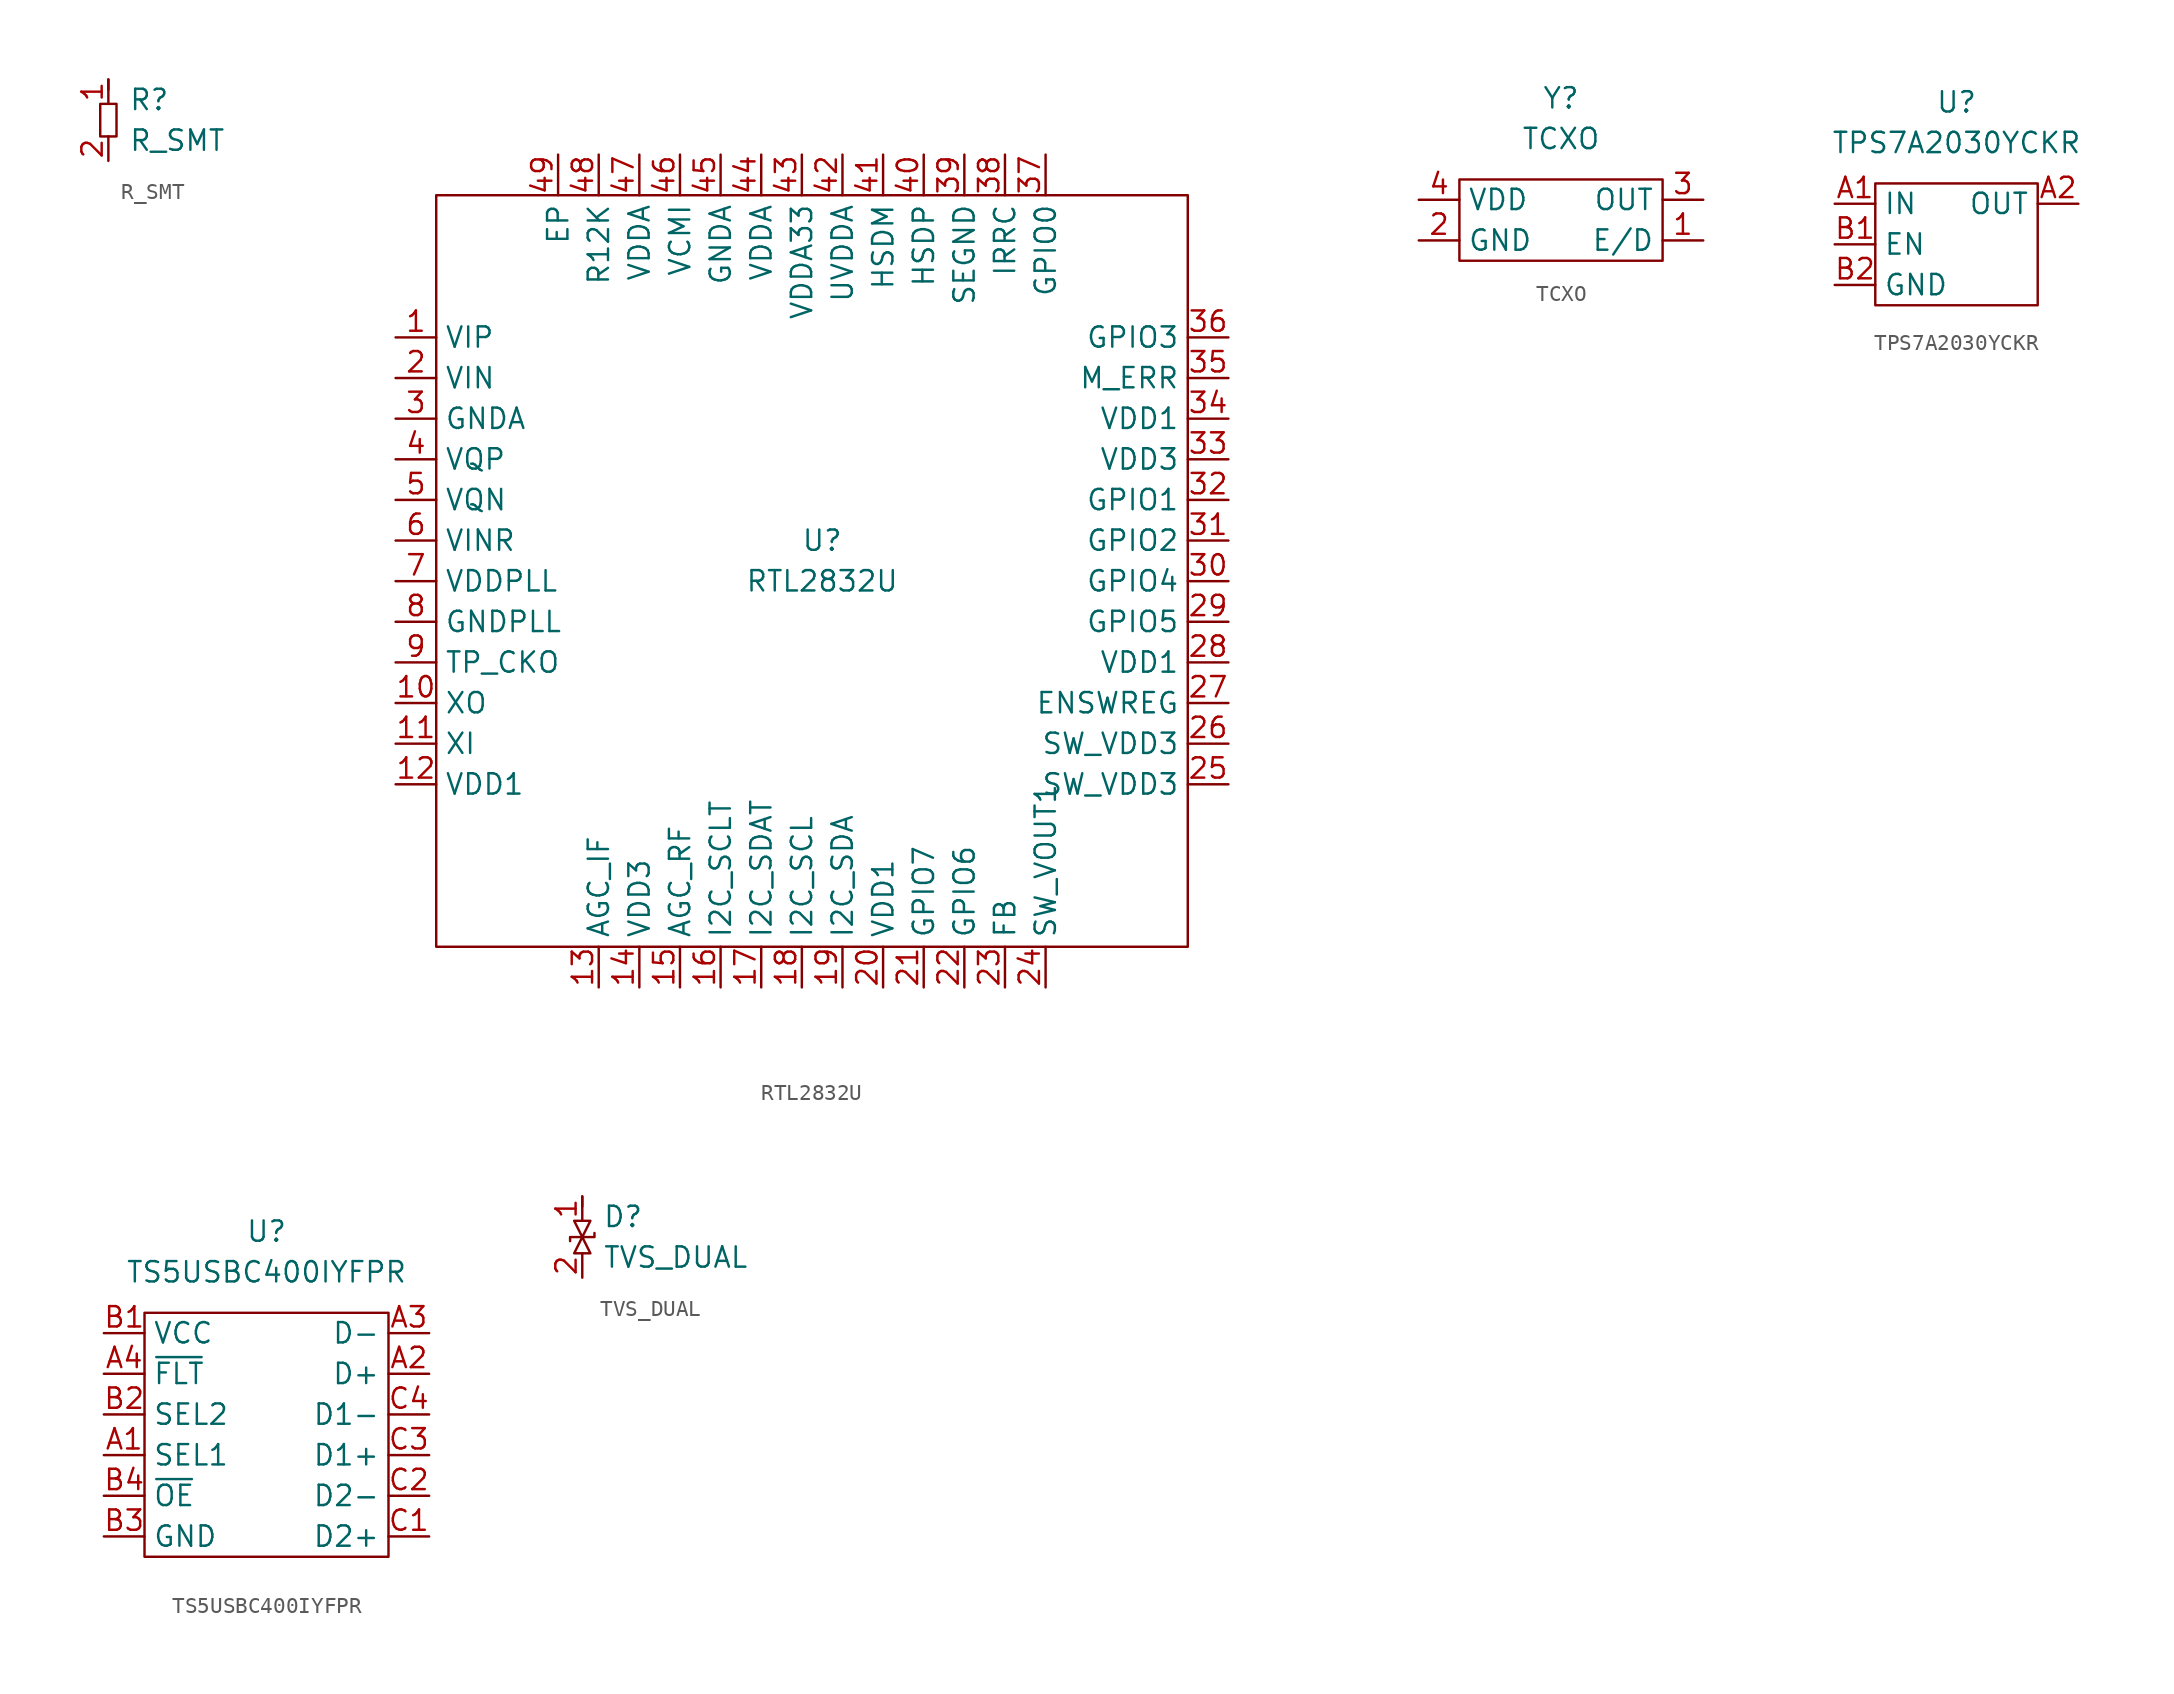
<source format=kicad_sym>
(kicad_symbol_lib
  (version 20241209)
  (generator "kicad_symbol_editor")
  (generator_version "9.0")
  (symbol "R_SMT"
    (property "Reference" "R"
      (at 1.27 1.27 0)
      (do_not_autoplace)
      (effects (font (size 1.27 1.27)) (justify left)))
    (property "Value" "R_SMT"
      (at 1.27 -1.27 0)
      (do_not_autoplace)
      (effects (font (size 1.27 1.27)) (justify left)))
    (symbol "R_SMT_0_1"
      (rectangle (start -0.508 1.016) (end 0.508 -1.016) (stroke (width 0) (type default)) (fill (type none)))
      (polyline (pts (xy 0 2.54) (xy 0 1.905)) (stroke (width 0) (type default)) (fill (type none))))
    (symbol "R_SMT_1_0"
      (pin passive line (at 0 2.54 270) (length 1.524) (name "1" (effects (font (size 0 0)))) (number "1" (effects (font (size 1.27 1.27)))))
      (pin passive line (at 0 -2.54 90) (length 1.524) (name "2" (effects (font (size 0 0)))) (number "2" (effects (font (size 1.27 1.27)))))))
  (symbol "RTL2832U"
    (property "Reference" "U"
      (at 0 1.27 0)
      (effects (font (size 1.27 1.27))))
    (property "Value" "RTL2832U"
      (at 0 -1.27 0)
      (effects (font (size 1.27 1.27))))
    (symbol "RTL2832U_0_0"
      (pin passive line (at -26.67 13.97 0) (length 2.54) (name "VIP" (effects (font (size 1.27 1.27)))) (number "1" (effects (font (size 1.27 1.27)))))
      (pin passive line (at -26.67 11.43 0) (length 2.54) (name "VIN" (effects (font (size 1.27 1.27)))) (number "2" (effects (font (size 1.27 1.27)))))
      (pin passive line (at -26.67 8.89 0) (length 2.54) (name "GNDA" (effects (font (size 1.27 1.27)))) (number "3" (effects (font (size 1.27 1.27)))))
      (pin passive line (at -26.67 6.35 0) (length 2.54) (name "VQP" (effects (font (size 1.27 1.27)))) (number "4" (effects (font (size 1.27 1.27)))))
      (pin passive line (at -26.67 3.81 0) (length 2.54) (name "VQN" (effects (font (size 1.27 1.27)))) (number "5" (effects (font (size 1.27 1.27)))))
      (pin passive line (at -26.67 1.27 0) (length 2.54) (name "VINR" (effects (font (size 1.27 1.27)))) (number "6" (effects (font (size 1.27 1.27)))))
      (pin passive line (at -26.67 -1.27 0) (length 2.54) (name "VDDPLL" (effects (font (size 1.27 1.27)))) (number "7" (effects (font (size 1.27 1.27)))))
      (pin passive line (at -26.67 -3.81 0) (length 2.54) (name "GNDPLL" (effects (font (size 1.27 1.27)))) (number "8" (effects (font (size 1.27 1.27)))))
      (pin passive line (at -26.67 -6.35 0) (length 2.54) (name "TP_CKO" (effects (font (size 1.27 1.27)))) (number "9" (effects (font (size 1.27 1.27)))))
      (pin passive line (at -26.67 -8.89 0) (length 2.54) (name "XO" (effects (font (size 1.27 1.27)))) (number "10" (effects (font (size 1.27 1.27)))))
      (pin passive line (at -26.67 -11.43 0) (length 2.54) (name "XI" (effects (font (size 1.27 1.27)))) (number "11" (effects (font (size 1.27 1.27)))))
      (pin passive line (at -26.67 -13.97 0) (length 2.54) (name "VDD1" (effects (font (size 1.27 1.27)))) (number "12" (effects (font (size 1.27 1.27)))))
      (pin passive line (at -16.51 25.4 270) (length 2.54) (name "EP" (effects (font (size 1.27 1.27)))) (number "49" (effects (font (size 1.27 1.27)))))
      (pin passive line (at -13.97 25.4 270) (length 2.54) (name "R12K" (effects (font (size 1.27 1.27)))) (number "48" (effects (font (size 1.27 1.27)))))
      (pin passive line (at -13.97 -26.67 90) (length 2.54) (name "AGC_IF" (effects (font (size 1.27 1.27)))) (number "13" (effects (font (size 1.27 1.27)))))
      (pin passive line (at -11.43 25.4 270) (length 2.54) (name "VDDA" (effects (font (size 1.27 1.27)))) (number "47" (effects (font (size 1.27 1.27)))))
      (pin passive line (at -11.43 -26.67 90) (length 2.54) (name "VDD3" (effects (font (size 1.27 1.27)))) (number "14" (effects (font (size 1.27 1.27)))))
      (pin passive line (at -8.89 25.4 270) (length 2.54) (name "VCMI" (effects (font (size 1.27 1.27)))) (number "46" (effects (font (size 1.27 1.27)))))
      (pin passive line (at -8.89 -26.67 90) (length 2.54) (name "AGC_RF" (effects (font (size 1.27 1.27)))) (number "15" (effects (font (size 1.27 1.27)))))
      (pin passive line (at -6.35 25.4 270) (length 2.54) (name "GNDA" (effects (font (size 1.27 1.27)))) (number "45" (effects (font (size 1.27 1.27)))))
      (pin passive line (at -6.35 -26.67 90) (length 2.54) (name "I2C_SCLT" (effects (font (size 1.27 1.27)))) (number "16" (effects (font (size 1.27 1.27)))))
      (pin passive line (at -3.81 25.4 270) (length 2.54) (name "VDDA" (effects (font (size 1.27 1.27)))) (number "44" (effects (font (size 1.27 1.27)))))
      (pin passive line (at -3.81 -26.67 90) (length 2.54) (name "I2C_SDAT" (effects (font (size 1.27 1.27)))) (number "17" (effects (font (size 1.27 1.27)))))
      (pin passive line (at -1.27 25.4 270) (length 2.54) (name "VDDA33" (effects (font (size 1.27 1.27)))) (number "43" (effects (font (size 1.27 1.27)))))
      (pin passive line (at -1.27 -26.67 90) (length 2.54) (name "I2C_SCL" (effects (font (size 1.27 1.27)))) (number "18" (effects (font (size 1.27 1.27)))))
      (pin passive line (at 1.27 25.4 270) (length 2.54) (name "UVDDA" (effects (font (size 1.27 1.27)))) (number "42" (effects (font (size 1.27 1.27)))))
      (pin passive line (at 1.27 -26.67 90) (length 2.54) (name "I2C_SDA" (effects (font (size 1.27 1.27)))) (number "19" (effects (font (size 1.27 1.27)))))
      (pin passive line (at 3.81 25.4 270) (length 2.54) (name "HSDM" (effects (font (size 1.27 1.27)))) (number "41" (effects (font (size 1.27 1.27)))))
      (pin passive line (at 3.81 -26.67 90) (length 2.54) (name "VDD1" (effects (font (size 1.27 1.27)))) (number "20" (effects (font (size 1.27 1.27)))))
      (pin passive line (at 6.35 25.4 270) (length 2.54) (name "HSDP" (effects (font (size 1.27 1.27)))) (number "40" (effects (font (size 1.27 1.27)))))
      (pin passive line (at 6.35 -26.67 90) (length 2.54) (name "GPIO7" (effects (font (size 1.27 1.27)))) (number "21" (effects (font (size 1.27 1.27)))))
      (pin passive line (at 8.89 25.4 270) (length 2.54) (name "SEGND" (effects (font (size 1.27 1.27)))) (number "39" (effects (font (size 1.27 1.27)))))
      (pin passive line (at 8.89 -26.67 90) (length 2.54) (name "GPIO6" (effects (font (size 1.27 1.27)))) (number "22" (effects (font (size 1.27 1.27)))))
      (pin passive line (at 11.43 25.4 270) (length 2.54) (name "IRRC" (effects (font (size 1.27 1.27)))) (number "38" (effects (font (size 1.27 1.27)))))
      (pin passive line (at 11.43 -26.67 90) (length 2.54) (name "FB" (effects (font (size 1.27 1.27)))) (number "23" (effects (font (size 1.27 1.27)))))
      (pin passive line (at 13.97 25.4 270) (length 2.54) (name "GPIO0" (effects (font (size 1.27 1.27)))) (number "37" (effects (font (size 1.27 1.27)))))
      (pin passive line (at 13.97 -26.67 90) (length 2.54) (name "SW_VOUT1" (effects (font (size 1.27 1.27)))) (number "24" (effects (font (size 1.27 1.27)))))
      (pin passive line (at 25.4 13.97 180) (length 2.54) (name "GPIO3" (effects (font (size 1.27 1.27)))) (number "36" (effects (font (size 1.27 1.27)))))
      (pin passive line (at 25.4 11.43 180) (length 2.54) (name "M_ERR" (effects (font (size 1.27 1.27)))) (number "35" (effects (font (size 1.27 1.27)))))
      (pin passive line (at 25.4 8.89 180) (length 2.54) (name "VDD1" (effects (font (size 1.27 1.27)))) (number "34" (effects (font (size 1.27 1.27)))))
      (pin passive line (at 25.4 6.35 180) (length 2.54) (name "VDD3" (effects (font (size 1.27 1.27)))) (number "33" (effects (font (size 1.27 1.27)))))
      (pin passive line (at 25.4 3.81 180) (length 2.54) (name "GPIO1" (effects (font (size 1.27 1.27)))) (number "32" (effects (font (size 1.27 1.27)))))
      (pin passive line (at 25.4 1.27 180) (length 2.54) (name "GPIO2" (effects (font (size 1.27 1.27)))) (number "31" (effects (font (size 1.27 1.27)))))
      (pin passive line (at 25.4 -1.27 180) (length 2.54) (name "GPIO4" (effects (font (size 1.27 1.27)))) (number "30" (effects (font (size 1.27 1.27)))))
      (pin passive line (at 25.4 -3.81 180) (length 2.54) (name "GPIO5" (effects (font (size 1.27 1.27)))) (number "29" (effects (font (size 1.27 1.27)))))
      (pin passive line (at 25.4 -6.35 180) (length 2.54) (name "VDD1" (effects (font (size 1.27 1.27)))) (number "28" (effects (font (size 1.27 1.27)))))
      (pin passive line (at 25.4 -8.89 180) (length 2.54) (name "ENSWREG" (effects (font (size 1.27 1.27)))) (number "27" (effects (font (size 1.27 1.27)))))
      (pin passive line (at 25.4 -11.43 180) (length 2.54) (name "SW_VDD3" (effects (font (size 1.27 1.27)))) (number "26" (effects (font (size 1.27 1.27)))))
      (pin passive line (at 25.4 -13.97 180) (length 2.54) (name "SW_VDD3" (effects (font (size 1.27 1.27)))) (number "25" (effects (font (size 1.27 1.27))))))
    (symbol "RTL2832U_0_1"
      (rectangle (start -24.13 22.86) (end 22.86 -24.13) (stroke (width 0) (type default)) (fill (type none)))))
  (symbol "TCXO"
    (property "Reference" "Y"
      (at 0 5.08 0)
      (effects (font (size 1.27 1.27))))
    (property "Value" "TCXO"
      (at 0 2.54 0)
      (effects (font (size 1.27 1.27))))
    (symbol "TCXO_0_0"
      (pin passive line (at -8.89 -1.27 0) (length 2.54) (name "VDD" (effects (font (size 1.27 1.27)))) (number "4" (effects (font (size 1.27 1.27)))))
      (pin passive line (at -8.89 -3.81 0) (length 2.54) (name "GND" (effects (font (size 1.27 1.27)))) (number "2" (effects (font (size 1.27 1.27)))))
      (pin passive line (at 8.89 -1.27 180) (length 2.54) (name "OUT" (effects (font (size 1.27 1.27)))) (number "3" (effects (font (size 1.27 1.27)))))
      (pin passive line (at 8.89 -3.81 180) (length 2.54) (name "E/D" (effects (font (size 1.27 1.27)))) (number "1" (effects (font (size 1.27 1.27))))))
    (symbol "TCXO_0_1"
      (rectangle (start -6.35 0) (end 6.35 -5.08) (stroke (width 0) (type default)) (fill (type none)))))
  (symbol "TPS7A2030YCKR"
    (property "Reference" "U"
      (at 0 5.08 0)
      (effects (font (size 1.27 1.27))))
    (property "Value" "TPS7A2030YCKR"
      (at 0 2.54 0)
      (effects (font (size 1.27 1.27))))
    (symbol "TPS7A2030YCKR_0_0"
      (pin passive line (at -7.62 -1.27 0) (length 2.54) (name "IN" (effects (font (size 1.27 1.27)))) (number "A1" (effects (font (size 1.27 1.27)))))
      (pin passive line (at -7.62 -3.81 0) (length 2.54) (name "EN" (effects (font (size 1.27 1.27)))) (number "B1" (effects (font (size 1.27 1.27)))))
      (pin passive line (at -7.62 -6.35 0) (length 2.54) (name "GND" (effects (font (size 1.27 1.27)))) (number "B2" (effects (font (size 1.27 1.27)))))
      (pin passive line (at 7.62 -1.27 180) (length 2.54) (name "OUT" (effects (font (size 1.27 1.27)))) (number "A2" (effects (font (size 1.27 1.27))))))
    (symbol "TPS7A2030YCKR_0_1"
      (rectangle (start -5.08 0) (end 5.08 -7.62) (stroke (width 0) (type default)) (fill (type none)))))
  (symbol "TS5USBC400IYFPR"
    (property "Reference" "U"
      (at 0 5.08 0)
      (effects (font (size 1.27 1.27))))
    (property "Value" "TS5USBC400IYFPR"
      (at 0 2.54 0)
      (effects (font (size 1.27 1.27))))
    (symbol "TS5USBC400IYFPR_0_0"
      (pin passive line (at -10.16 -1.27 0) (length 2.54) (name "VCC" (effects (font (size 1.27 1.27)))) (number "B1" (effects (font (size 1.27 1.27)))))
      (pin passive line (at -10.16 -3.81 0) (length 2.54) (name "~{FLT}" (effects (font (size 1.27 1.27)))) (number "A4" (effects (font (size 1.27 1.27)))))
      (pin passive line (at -10.16 -6.35 0) (length 2.54) (name "SEL2" (effects (font (size 1.27 1.27)))) (number "B2" (effects (font (size 1.27 1.27)))))
      (pin passive line (at -10.16 -8.89 0) (length 2.54) (name "SEL1" (effects (font (size 1.27 1.27)))) (number "A1" (effects (font (size 1.27 1.27)))))
      (pin passive line (at -10.16 -11.43 0) (length 2.54) (name "~{OE}" (effects (font (size 1.27 1.27)))) (number "B4" (effects (font (size 1.27 1.27)))))
      (pin passive line (at -10.16 -13.97 0) (length 2.54) (name "GND" (effects (font (size 1.27 1.27)))) (number "B3" (effects (font (size 1.27 1.27)))))
      (pin passive line (at 10.16 -1.27 180) (length 2.54) (name "D-" (effects (font (size 1.27 1.27)))) (number "A3" (effects (font (size 1.27 1.27)))))
      (pin passive line (at 10.16 -3.81 180) (length 2.54) (name "D+" (effects (font (size 1.27 1.27)))) (number "A2" (effects (font (size 1.27 1.27)))))
      (pin passive line (at 10.16 -6.35 180) (length 2.54) (name "D1-" (effects (font (size 1.27 1.27)))) (number "C4" (effects (font (size 1.27 1.27)))))
      (pin passive line (at 10.16 -8.89 180) (length 2.54) (name "D1+" (effects (font (size 1.27 1.27)))) (number "C3" (effects (font (size 1.27 1.27)))))
      (pin passive line (at 10.16 -11.43 180) (length 2.54) (name "D2-" (effects (font (size 1.27 1.27)))) (number "C2" (effects (font (size 1.27 1.27)))))
      (pin passive line (at 10.16 -13.97 180) (length 2.54) (name "D2+" (effects (font (size 1.27 1.27)))) (number "C1" (effects (font (size 1.27 1.27))))))
    (symbol "TS5USBC400IYFPR_0_1"
      (rectangle (start -7.62 0) (end 7.62 -15.24) (stroke (width 0) (type default)) (fill (type none)))))
  (symbol "TVS_DUAL"
    (property "Reference" "D"
      (at 1.27 1.27 0)
      (do_not_autoplace)
      (effects (font (size 1.27 1.27)) (justify left)))
    (property "Value" "TVS_DUAL"
      (at 1.27 -1.27 0)
      (do_not_autoplace)
      (effects (font (size 1.27 1.27)) (justify left)))
    (symbol "TVS_DUAL_0_1"
      (polyline (pts (xy -0.762 -0.254) (xy -0.762 0) (xy 0.762 0) (xy 0.762 0.254)) (stroke (width 0) (type default)) (fill (type none)))
      (polyline (pts (xy -0.508 1.016) (xy 0.508 1.016) (xy 0 0) (xy -0.508 1.016)) (stroke (width 0) (type default)) (fill (type none)))
      (polyline (pts (xy 0 2.54) (xy 0 1.905)) (stroke (width 0) (type default)) (fill (type none)))
      (polyline (pts (xy 0.508 -1.016) (xy -0.508 -1.016) (xy 0 0) (xy 0.508 -1.016)) (stroke (width 0) (type default)) (fill (type none))))
    (symbol "TVS_DUAL_1_0"
      (pin passive line (at 0 2.54 270) (length 1.524) (name "1" (effects (font (size 0 0)))) (number "1" (effects (font (size 1.27 1.27)))))
      (pin passive line (at 0 -2.54 90) (length 1.524) (name "2" (effects (font (size 0 0)))) (number "2" (effects (font (size 1.27 1.27))))))))
</source>
